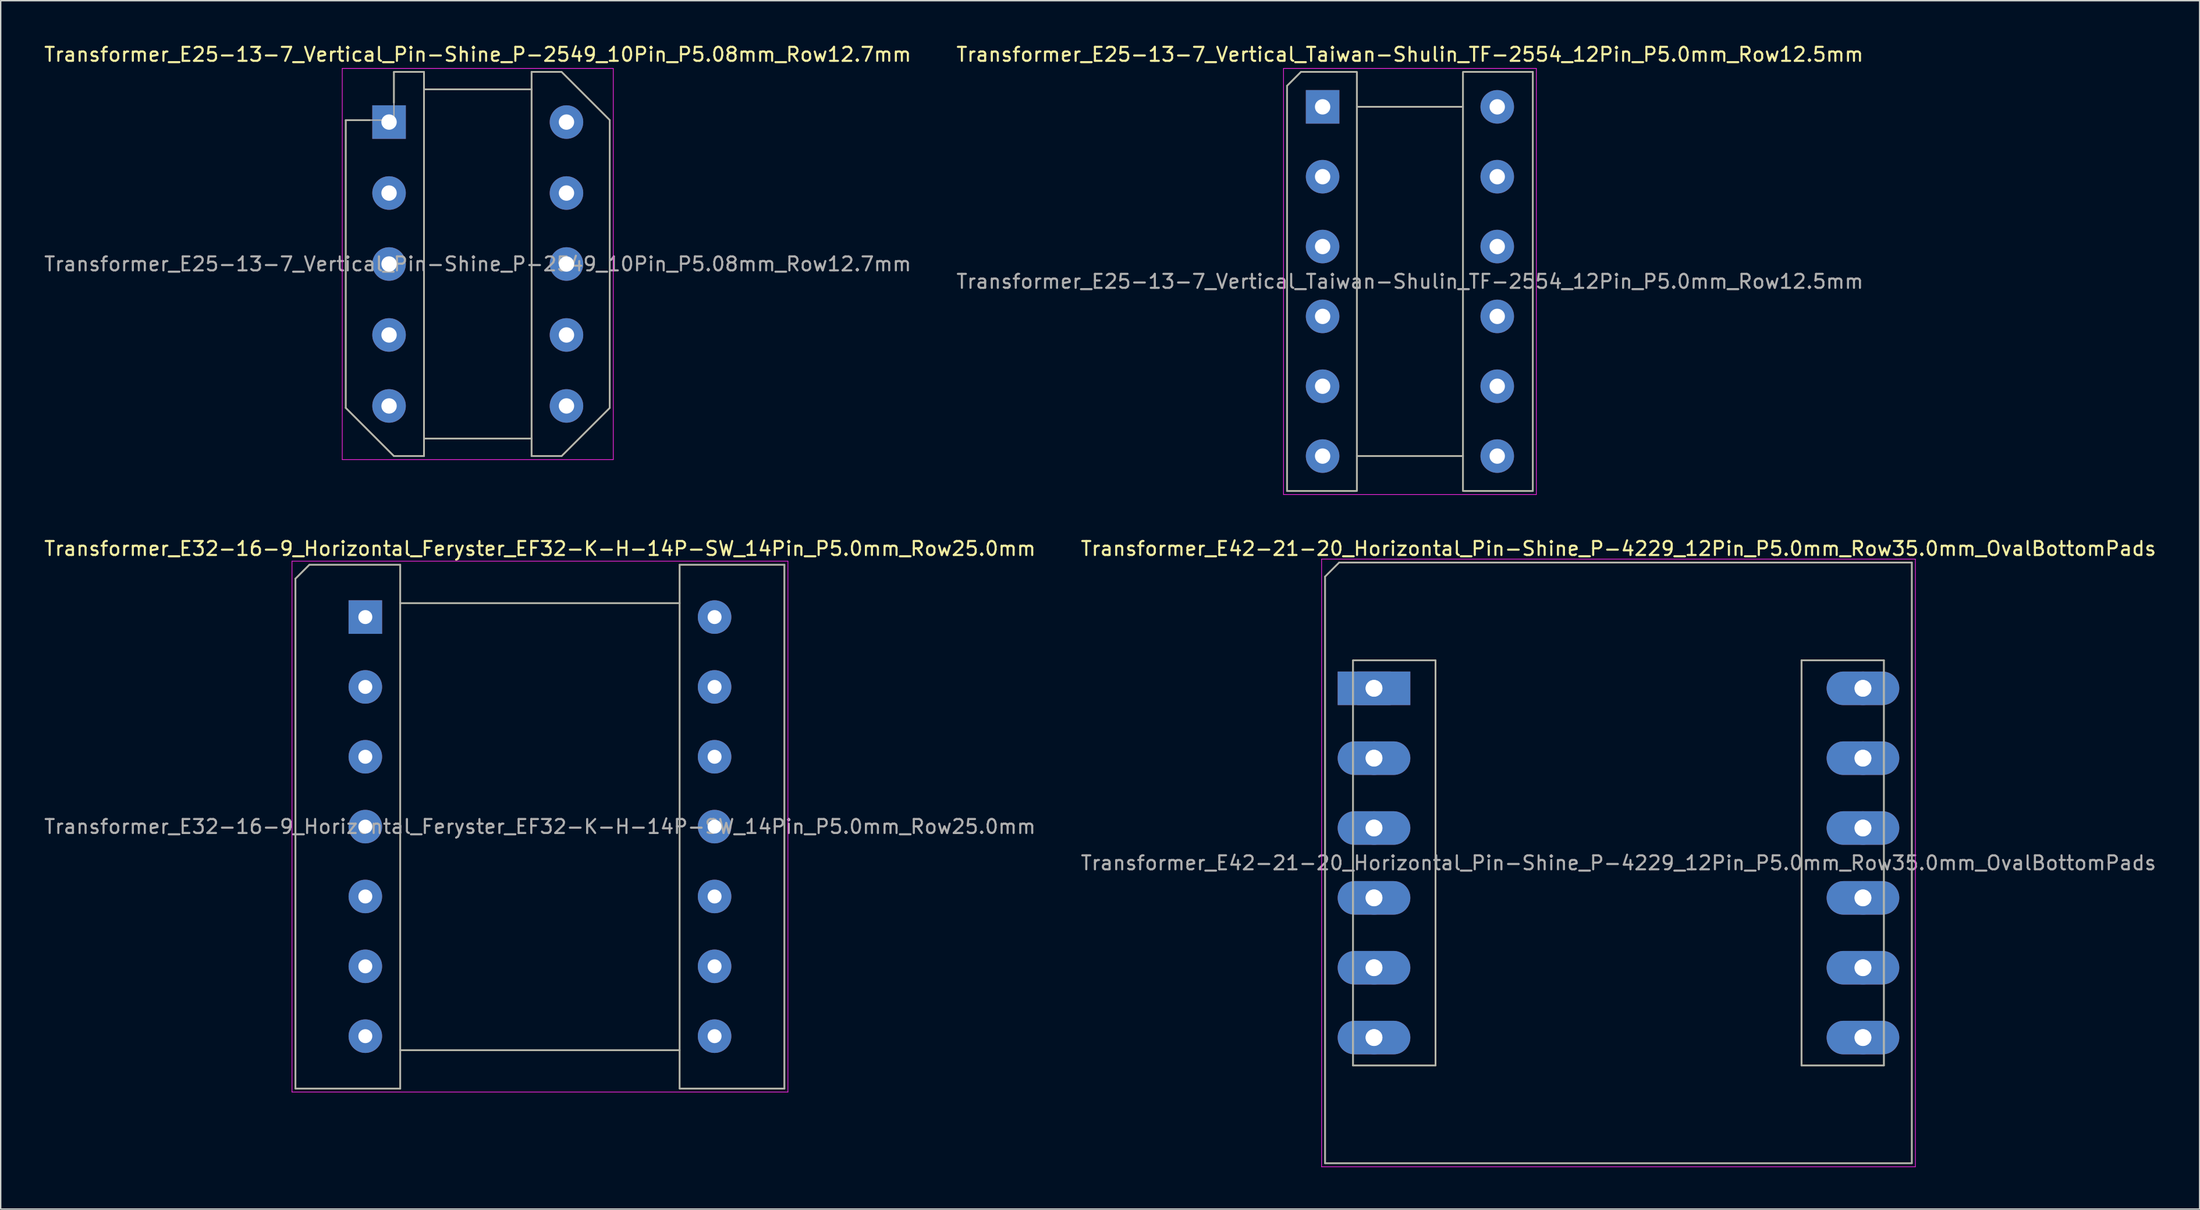
<source format=kicad_pcb>
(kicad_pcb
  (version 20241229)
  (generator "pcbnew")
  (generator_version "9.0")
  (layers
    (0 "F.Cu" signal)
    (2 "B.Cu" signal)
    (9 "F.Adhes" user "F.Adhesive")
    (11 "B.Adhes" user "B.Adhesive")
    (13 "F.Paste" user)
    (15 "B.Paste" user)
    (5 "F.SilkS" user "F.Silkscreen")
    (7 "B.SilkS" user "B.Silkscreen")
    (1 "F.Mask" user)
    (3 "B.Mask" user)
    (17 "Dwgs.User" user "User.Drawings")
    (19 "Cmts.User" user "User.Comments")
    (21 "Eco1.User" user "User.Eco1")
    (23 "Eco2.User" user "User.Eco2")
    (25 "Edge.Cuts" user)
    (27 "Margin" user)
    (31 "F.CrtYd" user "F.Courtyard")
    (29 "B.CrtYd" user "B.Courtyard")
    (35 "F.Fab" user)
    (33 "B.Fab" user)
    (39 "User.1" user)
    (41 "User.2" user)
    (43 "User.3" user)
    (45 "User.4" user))
  (footprint "Transformer_E25-13-7_Vertical_Taiwan-Shulin_TF-2554_12Pin_P5.0mm_Row12.5mm"
    (layer "F.Cu")
    (at 91.625 4.598)
    (property "Reference" "Transformer_E25-13-7_Vertical_Taiwan-Shulin_TF-2554_12Pin_P5.0mm_Row12.5mm" (at 6.25 -3.75 0) (layer "F.SilkS") (effects (font (size 1 1) (thickness 0.15))))
    (attr through_hole)
    (fp_line (start -2.55 -1.5) (end -2.55 27.5) (stroke (width 0.12) (type solid)) (layer "F.SilkS"))
    (fp_line (start -2.55 27.5) (end 2.4 27.5) (stroke (width 0.12) (type solid)) (layer "F.SilkS"))
    (fp_line (start -1.55 -2.5) (end -2.55 -1.5) (stroke (width 0.12) (type solid)) (layer "F.SilkS"))
    (fp_line (start -1.55 -2.5) (end 2.4 -2.5) (stroke (width 0.12) (type solid)) (layer "F.SilkS"))
    (fp_line (start 2.45 27.5) (end 2.45 -2.5) (stroke (width 0.12) (type solid)) (layer "F.SilkS"))
    (fp_line (start 10.05 -2.5) (end 10.05 27.5) (stroke (width 0.12) (type solid)) (layer "F.SilkS"))
    (fp_line (start 10.05 0) (end 2.45 0) (stroke (width 0.12) (type solid)) (layer "F.SilkS"))
    (fp_line (start 10.05 25) (end 2.45 25) (stroke (width 0.12) (type solid)) (layer "F.SilkS"))
    (fp_line (start 10.1 -2.5) (end 15.05 -2.5) (stroke (width 0.12) (type solid)) (layer "F.SilkS"))
    (fp_line (start 10.1 27.5) (end 15.05 27.5) (stroke (width 0.12) (type solid)) (layer "F.SilkS"))
    (fp_line (start 15.05 -2.5) (end 15.05 27.5) (stroke (width 0.12) (type solid)) (layer "F.SilkS"))
    (fp_line (start -2.8 -2.75) (end -2.8 27.75) (stroke (width 0.05) (type solid)) (layer "F.CrtYd"))
    (fp_line (start -2.8 -2.75) (end 15.3 -2.75) (stroke (width 0.05) (type solid)) (layer "F.CrtYd"))
    (fp_line (start -2.8 27.75) (end 15.3 27.75) (stroke (width 0.05) (type solid)) (layer "F.CrtYd"))
    (fp_line (start 15.3 -2.75) (end 15.3 27.75) (stroke (width 0.05) (type solid)) (layer "F.CrtYd"))
    (fp_line (start -2.55 -1.5) (end -2.55 27.5) (stroke (width 0.1) (type solid)) (layer "F.Fab"))
    (fp_line (start -2.55 27.5) (end 2.4 27.5) (stroke (width 0.1) (type solid)) (layer "F.Fab"))
    (fp_line (start -1.55 -2.5) (end -2.55 -1.5) (stroke (width 0.1) (type solid)) (layer "F.Fab"))
    (fp_line (start -1.55 -2.5) (end 2.4 -2.5) (stroke (width 0.1) (type solid)) (layer "F.Fab"))
    (fp_line (start 2.45 27.5) (end 2.45 -2.5) (stroke (width 0.1) (type solid)) (layer "F.Fab"))
    (fp_line (start 10.05 -2.5) (end 10.05 27.5) (stroke (width 0.1) (type solid)) (layer "F.Fab"))
    (fp_line (start 10.05 0) (end 2.45 0) (stroke (width 0.1) (type solid)) (layer "F.Fab"))
    (fp_line (start 10.05 25) (end 2.45 25) (stroke (width 0.1) (type solid)) (layer "F.Fab"))
    (fp_line (start 10.1 -2.5) (end 15.05 -2.5) (stroke (width 0.1) (type solid)) (layer "F.Fab"))
    (fp_line (start 10.1 27.5) (end 15.05 27.5) (stroke (width 0.1) (type solid)) (layer "F.Fab"))
    (fp_line (start 15.05 -2.5) (end 15.05 27.5) (stroke (width 0.1) (type solid)) (layer "F.Fab"))
    (fp_text user "${REFERENCE}" (at 6.25 12.5 0) (layer "F.Fab") (effects (font (size 1 1) (thickness 0.15))))
    (pad "1" thru_hole rect (at 0 0) (size 2.4 2.4) (drill 1.1) (layers "*.Cu" "*.Mask"))
    (pad "2" thru_hole circle (at 0 5) (size 2.4 2.4) (drill 1.1) (layers "*.Cu" "*.Mask"))
    (pad "3" thru_hole circle (at 0 10) (size 2.4 2.4) (drill 1.1) (layers "*.Cu" "*.Mask"))
    (pad "4" thru_hole circle (at 0 15) (size 2.4 2.4) (drill 1.1) (layers "*.Cu" "*.Mask"))
    (pad "5" thru_hole circle (at 0 20) (size 2.4 2.4) (drill 1.1) (layers "*.Cu" "*.Mask"))
    (pad "6" thru_hole circle (at 0 25) (size 2.4 2.4) (drill 1.1) (layers "*.Cu" "*.Mask"))
    (pad "7" thru_hole circle (at 12.5 25) (size 2.4 2.4) (drill 1.1) (layers "*.Cu" "*.Mask"))
    (pad "8" thru_hole circle (at 12.5 20) (size 2.4 2.4) (drill 1.1) (layers "*.Cu" "*.Mask"))
    (pad "9" thru_hole circle (at 12.5 15) (size 2.4 2.4) (drill 1.1) (layers "*.Cu" "*.Mask"))
    (pad "10" thru_hole circle (at 12.5 10) (size 2.4 2.4) (drill 1.1) (layers "*.Cu" "*.Mask"))
    (pad "11" thru_hole circle (at 12.5 5) (size 2.4 2.4) (drill 1.1) (layers "*.Cu" "*.Mask"))
    (pad "12" thru_hole circle (at 12.5 0) (size 2.4 2.4) (drill 1.1) (layers "*.Cu" "*.Mask")))
  (footprint "Transformer_E25-13-7_Vertical_Pin-Shine_P-2549_10Pin_P5.08mm_Row12.7mm"
    (layer "F.Cu")
    (at 24.799 5.688)
    (property "Reference" "Transformer_E25-13-7_Vertical_Pin-Shine_P-2549_10Pin_P5.08mm_Row12.7mm" (at 6.35 -4.84 0) (layer "F.SilkS") (effects (font (size 1 1) (thickness 0.15))))
    (attr through_hole)
    (fp_line (start -3.1 -0.14) (end -3.1 20.46) (stroke (width 0.12) (type solid)) (layer "F.SilkS"))
    (fp_line (start -3.1 20.46) (end 0.35 23.91) (stroke (width 0.12) (type solid)) (layer "F.SilkS"))
    (fp_line (start -1.38 -0.14) (end -3.1 -0.14) (stroke (width 0.12) (type solid)) (layer "F.SilkS"))
    (fp_line (start 0.35 -3.59) (end 0.35 -1.38) (stroke (width 0.12) (type solid)) (layer "F.SilkS"))
    (fp_line (start 0.35 -3.59) (end 2.5 -3.59) (stroke (width 0.12) (type solid)) (layer "F.SilkS"))
    (fp_line (start 0.35 23.91) (end 2.5 23.91) (stroke (width 0.12) (type solid)) (layer "F.SilkS"))
    (fp_line (start 2.5 23.91) (end 2.5 -3.59) (stroke (width 0.12) (type solid)) (layer "F.SilkS"))
    (fp_line (start 10.2 -3.59) (end 10.2 23.91) (stroke (width 0.12) (type solid)) (layer "F.SilkS"))
    (fp_line (start 10.2 -3.59) (end 12.35 -3.59) (stroke (width 0.12) (type solid)) (layer "F.SilkS"))
    (fp_line (start 10.2 -2.34) (end 2.5 -2.34) (stroke (width 0.12) (type solid)) (layer "F.SilkS"))
    (fp_line (start 10.2 22.66) (end 2.5 22.66) (stroke (width 0.12) (type solid)) (layer "F.SilkS"))
    (fp_line (start 10.2 23.91) (end 12.35 23.91) (stroke (width 0.12) (type solid)) (layer "F.SilkS"))
    (fp_line (start 12.35 -3.59) (end 15.8 -0.14) (stroke (width 0.12) (type solid)) (layer "F.SilkS"))
    (fp_line (start 15.8 -0.14) (end 15.8 20.46) (stroke (width 0.12) (type solid)) (layer "F.SilkS"))
    (fp_line (start 15.8 20.46) (end 12.35 23.91) (stroke (width 0.12) (type solid)) (layer "F.SilkS"))
    (fp_line (start -3.35 -3.84) (end -3.35 24.16) (stroke (width 0.05) (type solid)) (layer "F.CrtYd"))
    (fp_line (start -3.35 -3.84) (end 16.05 -3.84) (stroke (width 0.05) (type solid)) (layer "F.CrtYd"))
    (fp_line (start -3.35 24.16) (end 16.05 24.16) (stroke (width 0.05) (type solid)) (layer "F.CrtYd"))
    (fp_line (start 16.05 -3.84) (end 16.05 24.16) (stroke (width 0.05) (type solid)) (layer "F.CrtYd"))
    (fp_line (start -3.1 -0.14) (end -3.1 20.46) (stroke (width 0.1) (type solid)) (layer "F.Fab"))
    (fp_line (start 0.35 -3.59) (end 0.35 -0.14) (stroke (width 0.1) (type solid)) (layer "F.Fab"))
    (fp_line (start 0.35 -3.59) (end 2.5 -3.59) (stroke (width 0.1) (type solid)) (layer "F.Fab"))
    (fp_line (start 0.35 -0.14) (end -3.1 -0.14) (stroke (width 0.1) (type solid)) (layer "F.Fab"))
    (fp_line (start 0.35 23.91) (end -3.1 20.46) (stroke (width 0.1) (type solid)) (layer "F.Fab"))
    (fp_line (start 0.35 23.91) (end 2.5 23.91) (stroke (width 0.1) (type solid)) (layer "F.Fab"))
    (fp_line (start 2.5 23.91) (end 2.5 -3.59) (stroke (width 0.1) (type solid)) (layer "F.Fab"))
    (fp_line (start 10.2 -3.59) (end 10.2 23.91) (stroke (width 0.1) (type solid)) (layer "F.Fab"))
    (fp_line (start 10.2 -3.59) (end 12.35 -3.59) (stroke (width 0.1) (type solid)) (layer "F.Fab"))
    (fp_line (start 10.2 -2.34) (end 2.5 -2.34) (stroke (width 0.1) (type solid)) (layer "F.Fab"))
    (fp_line (start 10.2 22.66) (end 2.5 22.66) (stroke (width 0.1) (type solid)) (layer "F.Fab"))
    (fp_line (start 10.2 23.91) (end 12.35 23.91) (stroke (width 0.1) (type solid)) (layer "F.Fab"))
    (fp_line (start 12.35 -3.59) (end 15.8 -0.14) (stroke (width 0.1) (type solid)) (layer "F.Fab"))
    (fp_line (start 12.35 23.91) (end 15.8 20.46) (stroke (width 0.1) (type solid)) (layer "F.Fab"))
    (fp_line (start 15.8 -0.14) (end 15.8 20.46) (stroke (width 0.1) (type solid)) (layer "F.Fab"))
    (fp_text user "${REFERENCE}" (at 6.35 10.16 0) (layer "F.Fab") (effects (font (size 1 1) (thickness 0.15))))
    (pad "1" thru_hole rect (at 0 0) (size 2.4 2.4) (drill 1.1) (layers "*.Cu" "*.Mask"))
    (pad "2" thru_hole circle (at 0 5.08) (size 2.4 2.4) (drill 1.1) (layers "*.Cu" "*.Mask"))
    (pad "3" thru_hole circle (at 0 10.16) (size 2.4 2.4) (drill 1.1) (layers "*.Cu" "*.Mask"))
    (pad "4" thru_hole circle (at 0 15.24) (size 2.4 2.4) (drill 1.1) (layers "*.Cu" "*.Mask"))
    (pad "5" thru_hole circle (at 0 20.32) (size 2.4 2.4) (drill 1.1) (layers "*.Cu" "*.Mask"))
    (pad "6" thru_hole circle (at 12.7 20.32) (size 2.4 2.4) (drill 1.1) (layers "*.Cu" "*.Mask"))
    (pad "7" thru_hole circle (at 12.7 15.24) (size 2.4 2.4) (drill 1.1) (layers "*.Cu" "*.Mask"))
    (pad "8" thru_hole circle (at 12.7 10.16) (size 2.4 2.4) (drill 1.1) (layers "*.Cu" "*.Mask"))
    (pad "9" thru_hole circle (at 12.7 5.08) (size 2.4 2.4) (drill 1.1) (layers "*.Cu" "*.Mask"))
    (pad "10" thru_hole circle (at 12.7 0) (size 2.4 2.4) (drill 1.1) (layers "*.Cu" "*.Mask")))
  (footprint "Transformer_E32-16-9_Horizontal_Feryster_EF32-K-H-14P-SW_14Pin_P5.0mm_Row25.0mm"
    (layer "F.Cu")
    (at 23.101 41.121)
    (property "Reference" "Transformer_E32-16-9_Horizontal_Feryster_EF32-K-H-14P-SW_14Pin_P5.0mm_Row25.0mm" (at 12.5 -4.9 0) (layer "F.SilkS") (effects (font (size 1 1) (thickness 0.15))))
    (attr through_hole)
    (fp_line (start -5 33.75) (end -5 -2.75) (stroke (width 0.12) (type solid)) (layer "F.SilkS"))
    (fp_line (start -5 33.75) (end 2.5 33.75) (stroke (width 0.12) (type solid)) (layer "F.SilkS"))
    (fp_line (start -4 -3.75) (end -5 -2.75) (stroke (width 0.12) (type solid)) (layer "F.SilkS"))
    (fp_line (start 2.5 -3.75) (end -4 -3.75) (stroke (width 0.12) (type solid)) (layer "F.SilkS"))
    (fp_line (start 2.5 -3.75) (end 2.5 33.75) (stroke (width 0.12) (type solid)) (layer "F.SilkS"))
    (fp_line (start 2.5 -1) (end 22.5 -1) (stroke (width 0.12) (type solid)) (layer "F.SilkS"))
    (fp_line (start 2.5 31) (end 22.5 31) (stroke (width 0.12) (type solid)) (layer "F.SilkS"))
    (fp_line (start 22.5 -3.75) (end 22.5 33.75) (stroke (width 0.12) (type solid)) (layer "F.SilkS"))
    (fp_line (start 30 -3.75) (end 22.5 -3.75) (stroke (width 0.12) (type solid)) (layer "F.SilkS"))
    (fp_line (start 30 33.75) (end 22.5 33.75) (stroke (width 0.12) (type solid)) (layer "F.SilkS"))
    (fp_line (start 30 33.75) (end 30 -3.75) (stroke (width 0.12) (type solid)) (layer "F.SilkS"))
    (fp_line (start -5.25 -4) (end 30.25 -4) (stroke (width 0.05) (type solid)) (layer "F.CrtYd"))
    (fp_line (start -5.25 34) (end -5.25 -4) (stroke (width 0.05) (type solid)) (layer "F.CrtYd"))
    (fp_line (start -5.25 34) (end 30.25 34) (stroke (width 0.05) (type solid)) (layer "F.CrtYd"))
    (fp_line (start 30.25 34) (end 30.25 -4) (stroke (width 0.05) (type solid)) (layer "F.CrtYd"))
    (fp_line (start -5 33.75) (end -5 -2.75) (stroke (width 0.1) (type solid)) (layer "F.Fab"))
    (fp_line (start -5 33.75) (end 2.5 33.75) (stroke (width 0.1) (type solid)) (layer "F.Fab"))
    (fp_line (start -4 -3.75) (end -5 -2.75) (stroke (width 0.1) (type solid)) (layer "F.Fab"))
    (fp_line (start 2.5 -3.75) (end -4 -3.75) (stroke (width 0.1) (type solid)) (layer "F.Fab"))
    (fp_line (start 2.5 -3.75) (end 2.5 33.75) (stroke (width 0.1) (type solid)) (layer "F.Fab"))
    (fp_line (start 2.5 -1) (end 22.5 -1) (stroke (width 0.1) (type solid)) (layer "F.Fab"))
    (fp_line (start 2.5 31) (end 22.5 31) (stroke (width 0.1) (type solid)) (layer "F.Fab"))
    (fp_line (start 22.5 -3.75) (end 22.5 33.75) (stroke (width 0.1) (type solid)) (layer "F.Fab"))
    (fp_line (start 30 -3.75) (end 22.5 -3.75) (stroke (width 0.1) (type solid)) (layer "F.Fab"))
    (fp_line (start 30 33.75) (end 22.5 33.75) (stroke (width 0.1) (type solid)) (layer "F.Fab"))
    (fp_line (start 30 33.75) (end 30 -3.75) (stroke (width 0.1) (type solid)) (layer "F.Fab"))
    (fp_text user "${REFERENCE}" (at 12.5 15 0) (layer "F.Fab") (effects (font (size 1 1) (thickness 0.15))))
    (pad "1" thru_hole rect (at 0 0) (size 2.4 2.4) (drill 1) (layers "*.Cu" "*.Mask"))
    (pad "2" thru_hole circle (at 0 5) (size 2.4 2.4) (drill 1) (layers "*.Cu" "*.Mask"))
    (pad "3" thru_hole circle (at 0 10) (size 2.4 2.4) (drill 1) (layers "*.Cu" "*.Mask"))
    (pad "4" thru_hole circle (at 0 15) (size 2.4 2.4) (drill 1) (layers "*.Cu" "*.Mask"))
    (pad "5" thru_hole circle (at 0 20) (size 2.4 2.4) (drill 1) (layers "*.Cu" "*.Mask"))
    (pad "6" thru_hole circle (at 0 25) (size 2.4 2.4) (drill 1) (layers "*.Cu" "*.Mask"))
    (pad "7" thru_hole circle (at 0 30) (size 2.4 2.4) (drill 1) (layers "*.Cu" "*.Mask"))
    (pad "8" thru_hole circle (at 25 30) (size 2.4 2.4) (drill 1) (layers "*.Cu" "*.Mask"))
    (pad "9" thru_hole circle (at 25 25) (size 2.4 2.4) (drill 1) (layers "*.Cu" "*.Mask"))
    (pad "10" thru_hole circle (at 25 20) (size 2.4 2.4) (drill 1) (layers "*.Cu" "*.Mask"))
    (pad "11" thru_hole circle (at 25 15) (size 2.4 2.4) (drill 1) (layers "*.Cu" "*.Mask"))
    (pad "12" thru_hole circle (at 25 10) (size 2.4 2.4) (drill 1) (layers "*.Cu" "*.Mask"))
    (pad "13" thru_hole circle (at 25 5) (size 2.4 2.4) (drill 1) (layers "*.Cu" "*.Mask"))
    (pad "14" thru_hole circle (at 25 0) (size 2.4 2.4) (drill 1) (layers "*.Cu" "*.Mask")))
  (footprint "Transformer_E42-21-20_Horizontal_Pin-Shine_P-4229_12Pin_P5.0mm_Row35.0mm_OvalBottomPads"
    (layer "F.Cu")
    (at 95.304 46.221)
    (property "Reference" "Transformer_E42-21-20_Horizontal_Pin-Shine_P-4229_12Pin_P5.0mm_Row35.0mm_OvalBottomPads" (at 17.5 -10 0) (layer "F.SilkS") (effects (font (size 1 1) (thickness 0.15))))
    (attr through_hole)
    (fp_line (start -3.5 34) (end -3.5 -8) (stroke (width 0.12) (type solid)) (layer "F.SilkS"))
    (fp_line (start -2.5 -9) (end -3.5 -8) (stroke (width 0.12) (type solid)) (layer "F.SilkS"))
    (fp_line (start -1.5 -2) (end 4.4 -2) (stroke (width 0.12) (type solid)) (layer "F.SilkS"))
    (fp_line (start -1.5 27) (end -1.5 -2) (stroke (width 0.12) (type solid)) (layer "F.SilkS"))
    (fp_line (start -1.5 27) (end 4.4 27) (stroke (width 0.12) (type solid)) (layer "F.SilkS"))
    (fp_line (start 4.4 27) (end 4.4 -2) (stroke (width 0.12) (type solid)) (layer "F.SilkS"))
    (fp_line (start 30.6 27) (end 30.6 -2) (stroke (width 0.12) (type solid)) (layer "F.SilkS"))
    (fp_line (start 36.5 -2) (end 30.6 -2) (stroke (width 0.12) (type solid)) (layer "F.SilkS"))
    (fp_line (start 36.5 27) (end 30.6 27) (stroke (width 0.12) (type solid)) (layer "F.SilkS"))
    (fp_line (start 36.5 27) (end 36.5 -2) (stroke (width 0.12) (type solid)) (layer "F.SilkS"))
    (fp_line (start 38.5 -9) (end -2.5 -9) (stroke (width 0.12) (type solid)) (layer "F.SilkS"))
    (fp_line (start 38.5 34) (end -3.5 34) (stroke (width 0.12) (type solid)) (layer "F.SilkS"))
    (fp_line (start 38.5 34) (end 38.5 -9) (stroke (width 0.12) (type solid)) (layer "F.SilkS"))
    (fp_line (start -3.75 -9.25) (end 38.75 -9.25) (stroke (width 0.05) (type solid)) (layer "F.CrtYd"))
    (fp_line (start -3.75 34.25) (end -3.75 -9.25) (stroke (width 0.05) (type solid)) (layer "F.CrtYd"))
    (fp_line (start -3.75 34.25) (end 38.75 34.25) (stroke (width 0.05) (type solid)) (layer "F.CrtYd"))
    (fp_line (start 38.75 34.25) (end 38.75 -9.25) (stroke (width 0.05) (type solid)) (layer "F.CrtYd"))
    (fp_line (start -3.5 34) (end -3.5 -8) (stroke (width 0.1) (type solid)) (layer "F.Fab"))
    (fp_line (start -2.5 -9) (end -3.5 -8) (stroke (width 0.1) (type solid)) (layer "F.Fab"))
    (fp_line (start -1.5 -2) (end 4.4 -2) (stroke (width 0.1) (type solid)) (layer "F.Fab"))
    (fp_line (start -1.5 27) (end -1.5 -2) (stroke (width 0.1) (type solid)) (layer "F.Fab"))
    (fp_line (start -1.5 27) (end 4.4 27) (stroke (width 0.1) (type solid)) (layer "F.Fab"))
    (fp_line (start 4.4 27) (end 4.4 -2) (stroke (width 0.1) (type solid)) (layer "F.Fab"))
    (fp_line (start 30.6 27) (end 30.6 -2) (stroke (width 0.1) (type solid)) (layer "F.Fab"))
    (fp_line (start 36.5 -2) (end 30.6 -2) (stroke (width 0.1) (type solid)) (layer "F.Fab"))
    (fp_line (start 36.5 27) (end 30.6 27) (stroke (width 0.1) (type solid)) (layer "F.Fab"))
    (fp_line (start 36.5 27) (end 36.5 -2) (stroke (width 0.1) (type solid)) (layer "F.Fab"))
    (fp_line (start 38.5 -9) (end -2.5 -9) (stroke (width 0.1) (type solid)) (layer "F.Fab"))
    (fp_line (start 38.5 34) (end -3.5 34) (stroke (width 0.1) (type solid)) (layer "F.Fab"))
    (fp_line (start 38.5 34) (end 38.5 -9) (stroke (width 0.1) (type solid)) (layer "F.Fab"))
    (fp_text user "${REFERENCE}" (at 17.5 12.5 0) (layer "F.Fab") (effects (font (size 1 1) (thickness 0.15))))
    (pad "1" thru_hole rect (at 0 0) (size 2.4 2.4) (drill 1.2) (layers "*.Cu" "*.Mask"))
    (pad "1" thru_hole rect (at 0 0) (size 5.2 2.4) (drill 1.2) (layers "B.Cu" "B.Mask"))
    (pad "2" thru_hole circle (at 0 5) (size 2.4 2.4) (drill 1.2) (layers "*.Cu" "*.Mask"))
    (pad "2" thru_hole oval (at 0 5) (size 5.2 2.4) (drill 1.2) (layers "B.Cu" "B.Mask"))
    (pad "3" thru_hole circle (at 0 10) (size 2.4 2.4) (drill 1.2) (layers "*.Cu" "*.Mask"))
    (pad "3" thru_hole oval (at 0 10) (size 5.2 2.4) (drill 1.2) (layers "B.Cu" "B.Mask"))
    (pad "4" thru_hole circle (at 0 15) (size 2.4 2.4) (drill 1.2) (layers "*.Cu" "*.Mask"))
    (pad "4" thru_hole oval (at 0 15) (size 5.2 2.4) (drill 1.2) (layers "B.Cu" "B.Mask"))
    (pad "5" thru_hole circle (at 0 20) (size 2.4 2.4) (drill 1.2) (layers "*.Cu" "*.Mask"))
    (pad "5" thru_hole oval (at 0 20) (size 5.2 2.4) (drill 1.2) (layers "B.Cu" "B.Mask"))
    (pad "6" thru_hole circle (at 0 25) (size 2.4 2.4) (drill 1.2) (layers "*.Cu" "*.Mask"))
    (pad "6" thru_hole oval (at 0 25) (size 5.2 2.4) (drill 1.2) (layers "B.Cu" "B.Mask"))
    (pad "7" thru_hole circle (at 35 25) (size 2.4 2.4) (drill 1.2) (layers "*.Cu" "*.Mask"))
    (pad "7" thru_hole oval (at 35 25) (size 5.2 2.4) (drill 1.2) (layers "B.Cu" "B.Mask"))
    (pad "8" thru_hole circle (at 35 20) (size 2.4 2.4) (drill 1.2) (layers "*.Cu" "*.Mask"))
    (pad "8" thru_hole oval (at 35 20) (size 5.2 2.4) (drill 1.2) (layers "B.Cu" "B.Mask"))
    (pad "9" thru_hole circle (at 35 15) (size 2.4 2.4) (drill 1.2) (layers "*.Cu" "*.Mask"))
    (pad "9" thru_hole oval (at 35 15) (size 5.2 2.4) (drill 1.2) (layers "B.Cu" "B.Mask"))
    (pad "10" thru_hole circle (at 35 10) (size 2.4 2.4) (drill 1.2) (layers "*.Cu" "*.Mask"))
    (pad "10" thru_hole oval (at 35 10) (size 5.2 2.4) (drill 1.2) (layers "B.Cu" "B.Mask"))
    (pad "11" thru_hole circle (at 35 5) (size 2.4 2.4) (drill 1.2) (layers "*.Cu" "*.Mask"))
    (pad "11" thru_hole oval (at 35 5) (size 5.2 2.4) (drill 1.2) (layers "B.Cu" "B.Mask"))
    (pad "12" thru_hole circle (at 35 0) (size 2.4 2.4) (drill 1.2) (layers "*.Cu" "*.Mask"))
    (pad "12" thru_hole oval (at 35 0) (size 5.2 2.4) (drill 1.2) (layers "B.Cu" "B.Mask")))
  (gr_rect
    (start -3 -3)
    (end 154.405 83.496)
    (stroke (width 0.1) (type default))
    (fill no)
    (layer "Edge.Cuts")))
</source>
